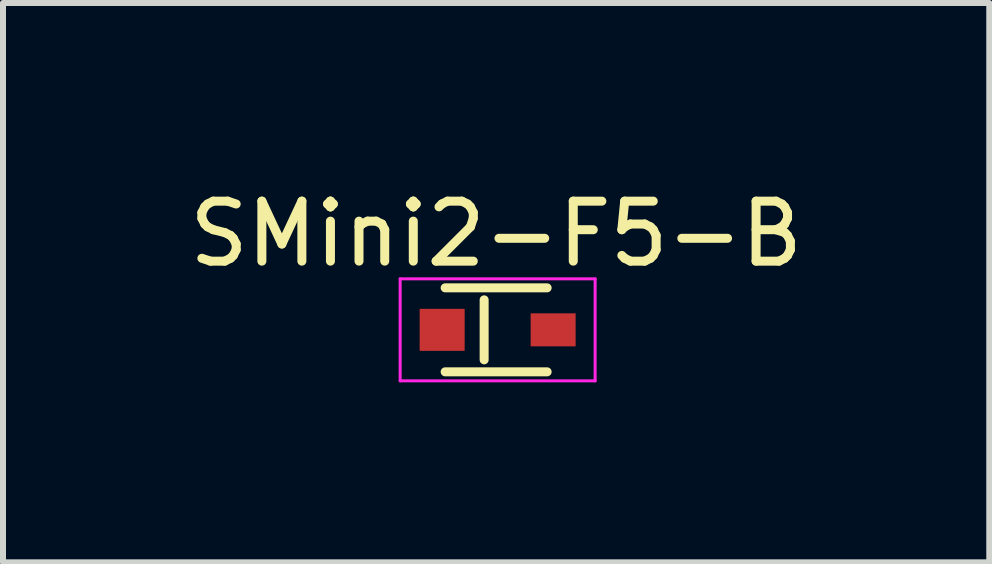
<source format=kicad_pcb>
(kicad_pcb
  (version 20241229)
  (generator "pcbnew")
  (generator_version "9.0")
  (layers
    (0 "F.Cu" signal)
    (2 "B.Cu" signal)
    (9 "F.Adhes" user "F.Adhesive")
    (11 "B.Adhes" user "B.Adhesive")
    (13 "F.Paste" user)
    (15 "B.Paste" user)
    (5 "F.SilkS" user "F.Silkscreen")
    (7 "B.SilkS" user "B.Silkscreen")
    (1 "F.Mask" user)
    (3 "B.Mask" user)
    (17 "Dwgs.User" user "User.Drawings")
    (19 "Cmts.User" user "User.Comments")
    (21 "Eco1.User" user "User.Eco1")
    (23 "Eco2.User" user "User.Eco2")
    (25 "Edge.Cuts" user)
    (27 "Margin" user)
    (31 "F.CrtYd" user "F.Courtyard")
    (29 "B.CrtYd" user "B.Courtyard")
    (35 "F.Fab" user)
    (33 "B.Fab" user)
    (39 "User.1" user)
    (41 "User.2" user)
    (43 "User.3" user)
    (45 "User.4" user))
  (footprint "SMini2-F5-B"
    (layer "F.Cu")
    (at 5.22 2.448)
    (property "Reference" "SMini2-F5-B" (at 0 -1.6 0) (layer "F.SilkS") (effects (font (size 1 1) (thickness 0.15))))
    (attr smd)
    (fp_line (start -0.85 -0.7) (end 0.85 -0.7) (stroke (width 0.15) (type solid)) (layer "F.SilkS"))
    (fp_line (start -0.85 0.7) (end 0.85 0.7) (stroke (width 0.15) (type solid)) (layer "F.SilkS"))
    (fp_line (start -0.2 -0.5) (end -0.2 0.5) (stroke (width 0.15) (type solid)) (layer "F.SilkS"))
    (fp_line (start -1.6 -0.85) (end -1.6 0.85) (stroke (width 0.05) (type solid)) (layer "F.CrtYd"))
    (fp_line (start -1.6 -0.85) (end 1.65 -0.85) (stroke (width 0.05) (type solid)) (layer "F.CrtYd"))
    (fp_line (start 1.65 -0.85) (end 1.65 0.85) (stroke (width 0.05) (type solid)) (layer "F.CrtYd"))
    (fp_line (start 1.65 0.85) (end -1.6 0.85) (stroke (width 0.05) (type solid)) (layer "F.CrtYd"))
    (pad "1" smd rect (at -0.9 0) (size 0.75 0.7) (layers "F.Cu" "F.Mask" "F.Paste"))
    (pad "2" smd rect (at 0.95 0) (size 0.75 0.55) (layers "F.Cu" "F.Mask" "F.Paste")))
  (gr_rect
    (start -3 -3)
    (end 13.44 6.323)
    (stroke (width 0.1) (type default))
    (fill no)
    (layer "Edge.Cuts")))
</source>
